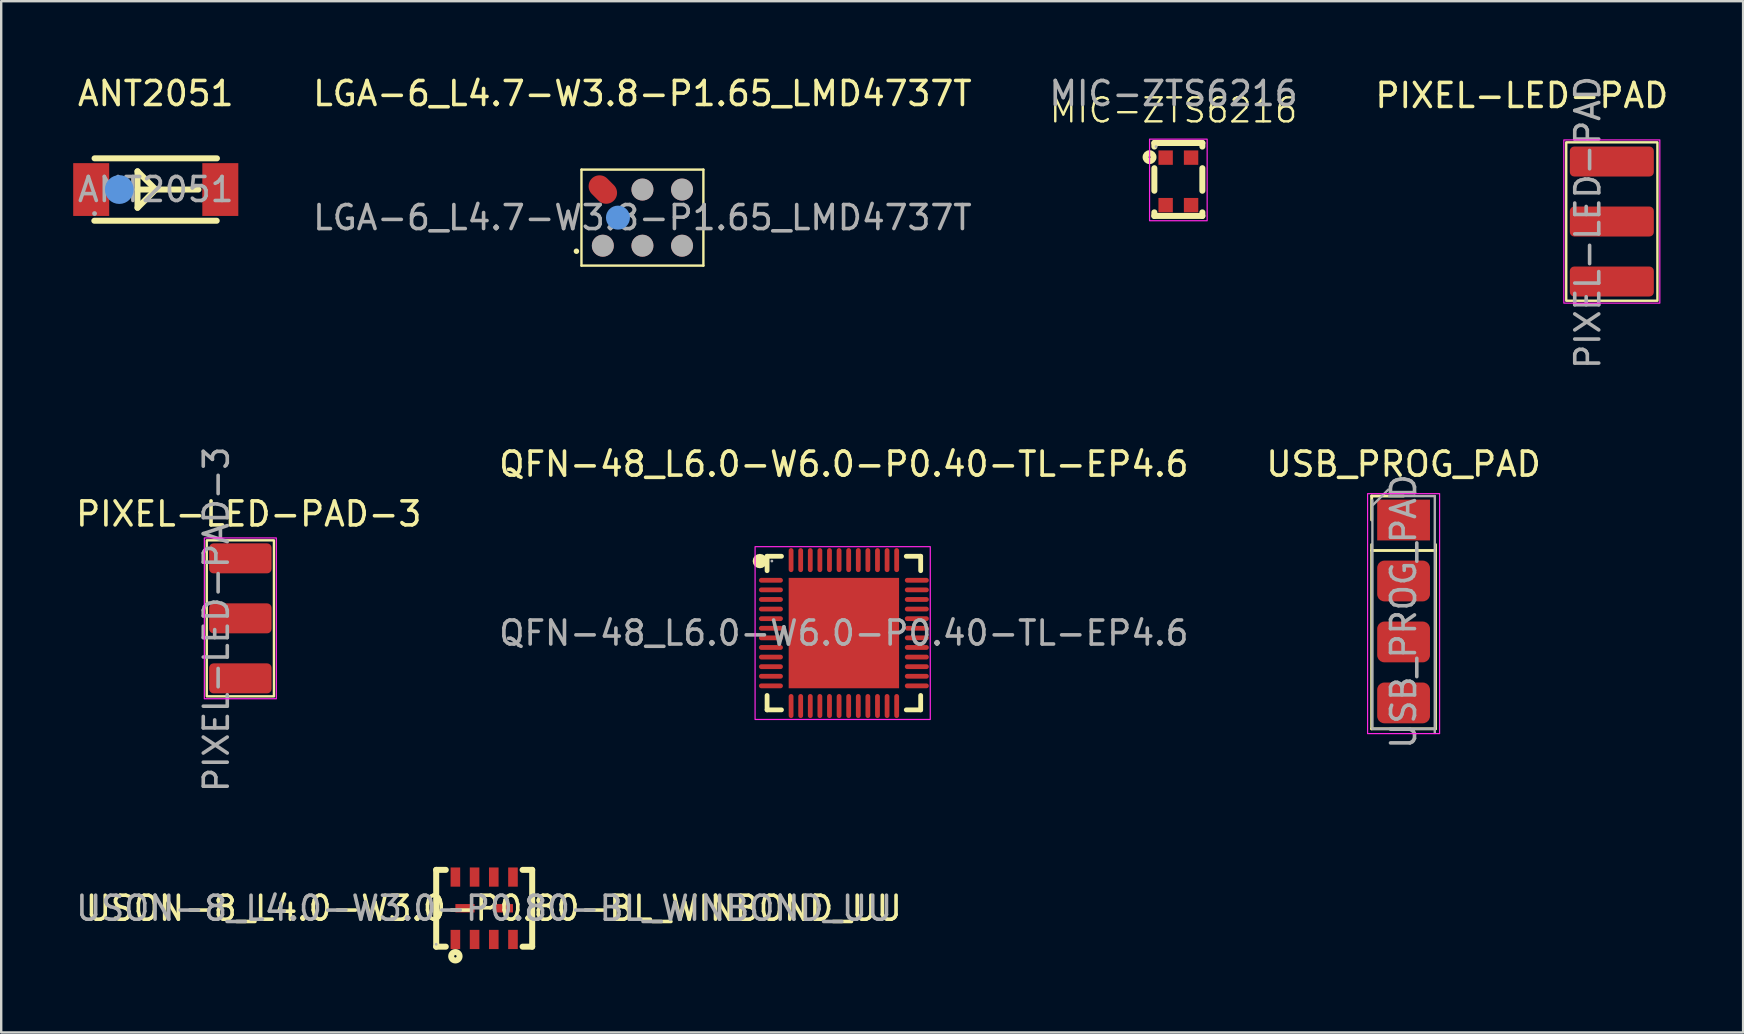
<source format=kicad_pcb>
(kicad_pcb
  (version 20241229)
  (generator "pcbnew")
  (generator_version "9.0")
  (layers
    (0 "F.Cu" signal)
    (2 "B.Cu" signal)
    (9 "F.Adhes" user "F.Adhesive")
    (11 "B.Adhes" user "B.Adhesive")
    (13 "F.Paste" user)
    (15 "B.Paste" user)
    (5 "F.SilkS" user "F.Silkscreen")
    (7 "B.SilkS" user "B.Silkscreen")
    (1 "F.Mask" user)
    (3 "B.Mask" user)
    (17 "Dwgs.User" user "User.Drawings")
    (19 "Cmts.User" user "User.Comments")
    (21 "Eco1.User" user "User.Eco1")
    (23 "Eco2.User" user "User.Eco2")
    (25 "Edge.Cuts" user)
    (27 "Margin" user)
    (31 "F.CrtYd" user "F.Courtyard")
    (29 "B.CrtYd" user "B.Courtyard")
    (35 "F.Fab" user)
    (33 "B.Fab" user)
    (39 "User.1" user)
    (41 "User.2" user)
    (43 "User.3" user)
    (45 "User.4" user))
  (footprint "PIXEL-LED-PAD-3"
    (layer "F.Cu")
    (at 5.965 20.216)
    (property "Reference" "PIXEL-LED-PAD-3" (at 1.35 -1.85 0) (layer "F.SilkS") (effects (font (size 1 1) (thickness 0.15))))
    (attr through_hole)
    (fp_rect (start -0.4 -0.75) (end 2.4 5.75) (stroke (width 0.1) (type default)) (fill no) (layer "F.SilkS"))
    (fp_rect (start -0.5 -0.85) (end 2.5 5.85) (stroke (width 0.05) (type default)) (fill no) (layer "F.CrtYd"))
    (fp_text user "${REFERENCE}" (at 0 2.54 90) (layer "F.Fab") (effects (font (size 1 1) (thickness 0.15))))
    (pad "1" smd roundrect (at 1 0) (size 2.6 1.25) (layers "F.Cu" "F.Mask" "F.Paste") (roundrect_rratio 0.147))
    (pad "2" smd roundrect (at 1 2.5) (size 2.6 1.25) (layers "F.Cu" "F.Mask" "F.Paste") (roundrect_rratio 0.147))
    (pad "3" smd roundrect (at 1 5) (size 2.6 1.25) (layers "F.Cu" "F.Mask" "F.Paste") (roundrect_rratio 0.147)))
  (footprint "LGA-6_L4.7-W3.8-P1.65_LMD4737T"
    (layer "F.Cu")
    (at 23.719 6.018)
    (property "Reference" "LGA-6_L4.7-W3.8-P1.65_LMD4737T" (at 0 -5.17 0) (layer "F.SilkS") (effects (font (size 1 1) (thickness 0.15))))
    (attr smd)
    (fp_line (start -2.54 -2) (end 2.54 -2) (stroke (width 0.1) (type solid)) (layer "F.SilkS"))
    (fp_line (start -2.54 2) (end -2.54 -2) (stroke (width 0.1) (type solid)) (layer "F.SilkS"))
    (fp_line (start -2.54 2) (end 2.54 2) (stroke (width 0.1) (type solid)) (layer "F.SilkS"))
    (fp_line (start 2.54 2) (end 2.54 -2) (stroke (width 0.1) (type solid)) (layer "F.SilkS"))
    (fp_circle (center -2.75 1.4) (end -2.69 1.4) (stroke (width 0.11) (type solid)) (fill no) (layer "F.SilkS"))
    (fp_circle (center -1.02 0) (end -0.77 0) (stroke (width 0.5) (type solid)) (fill no) (layer "Cmts.User"))
    (fp_circle (center -1.65 1.17) (end -1.42 1.17) (stroke (width 0.46) (type solid)) (fill no) (layer "F.Fab"))
    (fp_circle (center 0 -1.17) (end 0.23 -1.17) (stroke (width 0.46) (type solid)) (fill no) (layer "F.Fab"))
    (fp_circle (center 0 1.17) (end 0.23 1.17) (stroke (width 0.46) (type solid)) (fill no) (layer "F.Fab"))
    (fp_circle (center 1.65 -1.17) (end 1.88 -1.17) (stroke (width 0.46) (type solid)) (fill no) (layer "F.Fab"))
    (fp_circle (center 1.65 1.17) (end 1.88 1.17) (stroke (width 0.46) (type solid)) (fill no) (layer "F.Fab"))
    (fp_text user "${REFERENCE}" (at 0 0 0) (layer "F.Fab") (effects (font (size 1 1) (thickness 0.15))))
    (pad "1" smd circle (at -1.65 1.17 90) (size 0.91 0.91) (layers "F.Cu" "F.Mask" "F.Paste"))
    (pad "2" smd circle (at 0 1.17 90) (size 0.91 0.91) (layers "F.Cu" "F.Mask" "F.Paste"))
    (pad "3" smd circle (at 1.65 1.17 90) (size 0.91 0.91) (layers "F.Cu" "F.Mask" "F.Paste"))
    (pad "4" smd circle (at 1.65 -1.17 90) (size 0.91 0.91) (layers "F.Cu" "F.Mask" "F.Paste"))
    (pad "5" smd circle (at 0 -1.17 90) (size 0.91 0.91) (layers "F.Cu" "F.Mask" "F.Paste"))
    (pad "6" smd oval (at -1.65 -1.17 45) (size 0.91 1.3) (layers "F.Cu" "F.Mask" "F.Paste")))
  (footprint "QFN-48_L6.0-W6.0-P0.40-TL-EP4.6"
    (layer "F.Cu")
    (at 32.113 23.329)
    (property "Reference" "QFN-48_L6.0-W6.0-P0.40-TL-EP4.6" (at 0 -7.04 0) (layer "F.SilkS") (effects (font (size 1 1) (thickness 0.15))))
    (attr smd)
    (fp_line (start -3.2 -3.2) (end -2.6 -3.2) (stroke (width 0.2) (type solid)) (layer "F.SilkS"))
    (fp_line (start -3.2 -2.6) (end -3.2 -3.2) (stroke (width 0.2) (type solid)) (layer "F.SilkS"))
    (fp_line (start -3.2 3.2) (end -3.2 2.6) (stroke (width 0.2) (type solid)) (layer "F.SilkS"))
    (fp_line (start -2.6 3.2) (end -3.2 3.2) (stroke (width 0.2) (type solid)) (layer "F.SilkS"))
    (fp_line (start 2.6 -3.2) (end 3.2 -3.2) (stroke (width 0.2) (type solid)) (layer "F.SilkS"))
    (fp_line (start 2.6 3.2) (end 3.2 3.2) (stroke (width 0.2) (type solid)) (layer "F.SilkS"))
    (fp_line (start 3.2 -3.2) (end 3.2 -2.6) (stroke (width 0.2) (type solid)) (layer "F.SilkS"))
    (fp_line (start 3.2 3.2) (end 3.2 2.6) (stroke (width 0.2) (type solid)) (layer "F.SilkS"))
    (fp_arc (start -3.5 -3) (mid -3.5 -3) (end -3.5 -3) (stroke (width 0.3) (type solid)) (layer "F.SilkS"))
    (fp_rect (start -3.7 -3.6) (end 3.6 3.6) (stroke (width 0.05) (type default)) (fill no) (layer "F.CrtYd"))
    (fp_circle (center -3 -3) (end -2.97 -3) (stroke (width 0.06) (type solid)) (fill no) (layer "F.Fab"))
    (fp_text user "${REFERENCE}" (at 0 0 0) (layer "F.Fab") (effects (font (size 1 1) (thickness 0.15))))
    (pad "1" smd oval (at -3.04 -2.2) (size 1 0.2) (layers "F.Cu" "F.Mask" "F.Paste"))
    (pad "2" smd oval (at -3.04 -1.8) (size 1 0.2) (layers "F.Cu" "F.Mask" "F.Paste"))
    (pad "3" smd oval (at -3.04 -1.4) (size 1 0.2) (layers "F.Cu" "F.Mask" "F.Paste"))
    (pad "4" smd oval (at -3.04 -1) (size 1 0.2) (layers "F.Cu" "F.Mask" "F.Paste"))
    (pad "5" smd oval (at -3.04 -0.6) (size 1 0.2) (layers "F.Cu" "F.Mask" "F.Paste"))
    (pad "6" smd oval (at -3.04 -0.2) (size 1 0.2) (layers "F.Cu" "F.Mask" "F.Paste"))
    (pad "7" smd oval (at -3.04 0.2) (size 1 0.2) (layers "F.Cu" "F.Mask" "F.Paste"))
    (pad "8" smd oval (at -3.04 0.6) (size 1 0.2) (layers "F.Cu" "F.Mask" "F.Paste"))
    (pad "9" smd oval (at -3.04 1) (size 1 0.2) (layers "F.Cu" "F.Mask" "F.Paste"))
    (pad "10" smd oval (at -3.04 1.4) (size 1 0.2) (layers "F.Cu" "F.Mask" "F.Paste"))
    (pad "11" smd oval (at -3.04 1.8) (size 1 0.2) (layers "F.Cu" "F.Mask" "F.Paste"))
    (pad "12" smd oval (at -3.04 2.2) (size 1 0.2) (layers "F.Cu" "F.Mask" "F.Paste"))
    (pad "13" smd oval (at -2.2 3.04) (size 0.2 1) (layers "F.Cu" "F.Mask" "F.Paste"))
    (pad "14" smd oval (at -1.8 3.04) (size 0.2 1) (layers "F.Cu" "F.Mask" "F.Paste"))
    (pad "15" smd oval (at -1.4 3.04) (size 0.2 1) (layers "F.Cu" "F.Mask" "F.Paste"))
    (pad "16" smd oval (at -1 3.04) (size 0.2 1) (layers "F.Cu" "F.Mask" "F.Paste"))
    (pad "17" smd oval (at -0.6 3.04) (size 0.2 1) (layers "F.Cu" "F.Mask" "F.Paste"))
    (pad "18" smd oval (at -0.2 3.04) (size 0.2 1) (layers "F.Cu" "F.Mask" "F.Paste"))
    (pad "19" smd oval (at 0.2 3.04) (size 0.2 1) (layers "F.Cu" "F.Mask" "F.Paste"))
    (pad "20" smd oval (at 0.6 3.04) (size 0.2 1) (layers "F.Cu" "F.Mask" "F.Paste"))
    (pad "21" smd oval (at 1 3.04) (size 0.2 1) (layers "F.Cu" "F.Mask" "F.Paste"))
    (pad "22" smd oval (at 1.4 3.04) (size 0.2 1) (layers "F.Cu" "F.Mask" "F.Paste"))
    (pad "23" smd oval (at 1.8 3.04) (size 0.2 1) (layers "F.Cu" "F.Mask" "F.Paste"))
    (pad "24" smd oval (at 2.2 3.04) (size 0.2 1) (layers "F.Cu" "F.Mask" "F.Paste"))
    (pad "25" smd oval (at 3.04 2.2) (size 1 0.2) (layers "F.Cu" "F.Mask" "F.Paste"))
    (pad "26" smd oval (at 3.04 1.8) (size 1 0.2) (layers "F.Cu" "F.Mask" "F.Paste"))
    (pad "27" smd oval (at 3.04 1.4) (size 1 0.2) (layers "F.Cu" "F.Mask" "F.Paste"))
    (pad "28" smd oval (at 3.04 1) (size 1 0.2) (layers "F.Cu" "F.Mask" "F.Paste"))
    (pad "29" smd oval (at 3.04 0.6) (size 1 0.2) (layers "F.Cu" "F.Mask" "F.Paste"))
    (pad "30" smd oval (at 3.04 0.2) (size 1 0.2) (layers "F.Cu" "F.Mask" "F.Paste"))
    (pad "31" smd oval (at 3.04 -0.2) (size 1 0.2) (layers "F.Cu" "F.Mask" "F.Paste"))
    (pad "32" smd oval (at 3.04 -0.6) (size 1 0.2) (layers "F.Cu" "F.Mask" "F.Paste"))
    (pad "33" smd oval (at 3.04 -1) (size 1 0.2) (layers "F.Cu" "F.Mask" "F.Paste"))
    (pad "34" smd oval (at 3.04 -1.4) (size 1 0.2) (layers "F.Cu" "F.Mask" "F.Paste"))
    (pad "35" smd oval (at 3.04 -1.8) (size 1 0.2) (layers "F.Cu" "F.Mask" "F.Paste"))
    (pad "36" smd oval (at 3.04 -2.2) (size 1 0.2) (layers "F.Cu" "F.Mask" "F.Paste"))
    (pad "37" smd oval (at 2.2 -3.04) (size 0.2 1) (layers "F.Cu" "F.Mask" "F.Paste"))
    (pad "38" smd oval (at 1.8 -3.04) (size 0.2 1) (layers "F.Cu" "F.Mask" "F.Paste"))
    (pad "39" smd oval (at 1.4 -3.04) (size 0.2 1) (layers "F.Cu" "F.Mask" "F.Paste"))
    (pad "40" smd oval (at 1 -3.04) (size 0.2 1) (layers "F.Cu" "F.Mask" "F.Paste"))
    (pad "41" smd oval (at 0.6 -3.04) (size 0.2 1) (layers "F.Cu" "F.Mask" "F.Paste"))
    (pad "42" smd oval (at 0.2 -3.04) (size 0.2 1) (layers "F.Cu" "F.Mask" "F.Paste"))
    (pad "43" smd oval (at -0.2 -3.04) (size 0.2 1) (layers "F.Cu" "F.Mask" "F.Paste"))
    (pad "44" smd oval (at -0.6 -3.04) (size 0.2 1) (layers "F.Cu" "F.Mask" "F.Paste"))
    (pad "45" smd oval (at -1 -3.04) (size 0.2 1) (layers "F.Cu" "F.Mask" "F.Paste"))
    (pad "46" smd oval (at -1.4 -3.04) (size 0.2 1) (layers "F.Cu" "F.Mask" "F.Paste"))
    (pad "47" smd oval (at -1.8 -3.04) (size 0.2 1) (layers "F.Cu" "F.Mask" "F.Paste"))
    (pad "48" smd oval (at -2.2 -3.04) (size 0.2 1) (layers "F.Cu" "F.Mask" "F.Paste"))
    (pad "49" smd rect (at 0 0) (size 4.6 4.6) (layers "F.Cu" "F.Mask" "F.Paste")))
  (footprint "USON-8_L4.0-W3.0-P0.80-BL_WINBOND_UU"
    (layer "F.Cu")
    (at 17.125 34.796)
    (property "Reference" "USON-8_L4.0-W3.0-P0.80-BL_WINBOND_UU" (at 0.4 0 0) (layer "F.SilkS") (effects (font (size 1 1) (thickness 0.15))))
    (attr smd)
    (fp_line (start -2 -1.6) (end -2 1.6) (stroke (width 0.25) (type solid)) (layer "F.SilkS"))
    (fp_line (start -2 -1.6) (end -1.6 -1.6) (stroke (width 0.25) (type solid)) (layer "F.SilkS"))
    (fp_line (start -2 1.6) (end -1.6 1.6) (stroke (width 0.25) (type solid)) (layer "F.SilkS"))
    (fp_line (start 2 -1.6) (end 1.6 -1.6) (stroke (width 0.25) (type solid)) (layer "F.SilkS"))
    (fp_line (start 2 1.6) (end 1.6 1.6) (stroke (width 0.25) (type solid)) (layer "F.SilkS"))
    (fp_line (start 2 1.6) (end 2 -1.6) (stroke (width 0.25) (type solid)) (layer "F.SilkS"))
    (fp_circle (center -1.2 2) (end -1.15 2) (stroke (width 0.25) (type solid)) (fill no) (layer "F.SilkS"))
    (fp_circle (center -2 1.5) (end -1.97 1.5) (stroke (width 0.06) (type solid)) (fill no) (layer "F.Fab"))
    (fp_text user "${REFERENCE}" (at 0 0 0) (layer "F.Fab") (effects (font (size 1 1) (thickness 0.15))))
    (pad "1" smd rect (at -1.2 1.3) (size 0.4 0.8) (layers "F.Cu" "F.Mask" "F.Paste"))
    (pad "2" smd rect (at -0.4 1.3) (size 0.4 0.8) (layers "F.Cu" "F.Mask" "F.Paste"))
    (pad "3" smd rect (at 0.4 1.3) (size 0.4 0.8) (layers "F.Cu" "F.Mask" "F.Paste"))
    (pad "4" smd rect (at 1.2 1.3) (size 0.4 0.8) (layers "F.Cu" "F.Mask" "F.Paste"))
    (pad "5" smd rect (at 1.2 -1.3) (size 0.4 0.8) (layers "F.Cu" "F.Mask" "F.Paste"))
    (pad "6" smd rect (at 0.4 -1.3) (size 0.4 0.8) (layers "F.Cu" "F.Mask" "F.Paste"))
    (pad "7" smd rect (at -0.4 -1.3) (size 0.4 0.8) (layers "F.Cu" "F.Mask" "F.Paste"))
    (pad "8" smd rect (at -1.2 -1.3) (size 0.4 0.8) (layers "F.Cu" "F.Mask" "F.Paste"))
    (pad "9" smd rect (at -0.8 0 90) (size 0.35 0.8) (layers "F.Cu" "F.Mask" "F.Paste"))
    (pad "10" smd rect (at 0.8 0 90) (size 0.35 0.8) (layers "F.Cu" "F.Mask" "F.Paste")))
  (footprint "ANT2051"
    (layer "F.Cu")
    (at 3.44 4.848)
    (property "Reference" "ANT2051" (at 0 -4 0) (layer "F.SilkS") (effects (font (size 1 1) (thickness 0.15))))
    (attr smd)
    (fp_line (start -2.55 -1.3) (end 2.55 -1.3) (stroke (width 0.25) (type solid)) (layer "F.SilkS"))
    (fp_line (start -0.76 -0.76) (end -0.76 0.76) (stroke (width 0.25) (type solid)) (layer "F.SilkS"))
    (fp_line (start -0.76 0) (end 1.78 0) (stroke (width 0.25) (type solid)) (layer "F.SilkS"))
    (fp_line (start -0.76 0.76) (end 0 0) (stroke (width 0.25) (type solid)) (layer "F.SilkS"))
    (fp_line (start 0 0) (end -0.76 -0.76) (stroke (width 0.25) (type solid)) (layer "F.SilkS"))
    (fp_line (start 2.54 1.3) (end -2.56 1.3) (stroke (width 0.25) (type solid)) (layer "F.SilkS"))
    (fp_circle (center -1.52 0) (end -1.27 0) (stroke (width 0.25) (type solid)) (fill no) (layer "F.SilkS"))
    (fp_circle (center -1.52 0) (end -1.22 0) (stroke (width 0.6) (type solid)) (fill no) (layer "Cmts.User"))
    (fp_circle (center -2.55 1) (end -2.5 1) (stroke (width 0.1) (type solid)) (fill no) (layer "F.Fab"))
    (fp_text user "${REFERENCE}" (at 0 0 0) (layer "F.Fab") (effects (font (size 1 1) (thickness 0.15))))
    (pad "1" smd rect (at -2.69 0) (size 1.5 2.2) (layers "F.Cu" "F.Mask" "F.Paste"))
    (pad "2" smd rect (at 2.69 0) (size 1.5 2.2) (layers "F.Cu" "F.Mask" "F.Paste")))
  (footprint "MIC-ZTS6216"
    (layer "F.Cu")
    (at 45.95 4.748)
    (property "Reference" "MIC-ZTS6216" (at -0.1 -3.2 0) (unlocked yes) (layer "F.SilkS") (effects (font (size 1 1) (thickness 0.1))))
    (attr smd)
    (fp_line (start -0.9 -1.84) (end -0.9 -1.69) (stroke (width 0.25) (type solid)) (layer "F.SilkS"))
    (fp_line (start -0.9 -1.84) (end 1.1 -1.84) (stroke (width 0.25) (type solid)) (layer "F.SilkS"))
    (fp_line (start -0.9 -0.79) (end -0.9 0.15) (stroke (width 0.25) (type solid)) (layer "F.SilkS"))
    (fp_line (start -0.9 1.05) (end -0.9 1.2) (stroke (width 0.25) (type solid)) (layer "F.SilkS"))
    (fp_line (start -0.9 1.2) (end 1.1 1.2) (stroke (width 0.25) (type solid)) (layer "F.SilkS"))
    (fp_line (start 1.1 -1.84) (end 1.1 -1.69) (stroke (width 0.25) (type solid)) (layer "F.SilkS"))
    (fp_line (start 1.1 -0.79) (end 1.1 0.15) (stroke (width 0.25) (type solid)) (layer "F.SilkS"))
    (fp_line (start 1.1 1.05) (end 1.1 1.2) (stroke (width 0.25) (type solid)) (layer "F.SilkS"))
    (fp_circle (center -1.1 -1.25) (end -1.06 -1.25) (stroke (width 0.25) (type solid)) (fill no) (layer "F.SilkS"))
    (fp_rect (start -1.1 -2) (end 1.3 1.4) (stroke (width 0.05) (type default)) (fill no) (layer "F.CrtYd"))
    (fp_circle (center -0.83 -1.69) (end -0.8 -1.69) (stroke (width 0.06) (type solid)) (fill no) (layer "F.Fab"))
    (fp_text user "${REFERENCE}" (at -0.1 -3.9 0) (unlocked yes) (layer "F.Fab") (effects (font (size 1 1) (thickness 0.15))))
    (pad "1" smd rect (at -0.43 -1.23) (size 0.6 0.6) (layers "F.Cu" "F.Mask" "F.Paste"))
    (pad "2" smd rect (at -0.43 0.75) (size 0.6 0.6) (layers "F.Cu" "F.Mask" "F.Paste"))
    (pad "3" smd rect (at 0.63 0.75) (size 0.6 0.6) (layers "F.Cu" "F.Mask" "F.Paste"))
    (pad "4" smd rect (at 0.63 -1.23) (size 0.6 0.6) (layers "F.Cu" "F.Mask" "F.Paste")))
  (footprint "USB_PROG_PAD"
    (layer "F.Cu")
    (at 55.435 18.619)
    (property "Reference" "USB_PROG_PAD" (at 0 -2.33 0) (layer "F.SilkS") (effects (font (size 1 1) (thickness 0.15))))
    (attr through_hole)
    (fp_line (start -1.33 -1) (end 0 -1) (stroke (width 0.12) (type solid)) (layer "F.SilkS"))
    (fp_line (start -1.33 0) (end -1.33 -1) (stroke (width 0.12) (type solid)) (layer "F.SilkS"))
    (fp_line (start -1.33 1.02) (end -1.33 8.7) (stroke (width 0.12) (type solid)) (layer "F.SilkS"))
    (fp_line (start -1.33 1.27) (end 1.33 1.27) (stroke (width 0.12) (type solid)) (layer "F.SilkS"))
    (fp_line (start -1.33 8.7) (end 1.33 8.7) (stroke (width 0.12) (type solid)) (layer "F.SilkS"))
    (fp_line (start 1.33 1.02) (end 1.33 8.7) (stroke (width 0.12) (type solid)) (layer "F.SilkS"))
    (fp_rect (start -1.5 -1.1) (end 1.5 8.9) (stroke (width 0.05) (type default)) (fill no) (layer "F.CrtYd"))
    (fp_line (start -1.3 8.7) (end -1.3 -0.825) (stroke (width 0.1) (type solid)) (layer "F.Fab"))
    (fp_line (start -1.27 -0.635) (end -0.635 -1.27) (stroke (width 0.1) (type solid)) (layer "F.Fab"))
    (fp_line (start -0.605 -1) (end 1.3 -1) (stroke (width 0.1) (type solid)) (layer "F.Fab"))
    (fp_line (start 1.27 8.7) (end -1.27 8.7) (stroke (width 0.1) (type solid)) (layer "F.Fab"))
    (fp_line (start 1.3 -1) (end 1.3 8.87) (stroke (width 0.1) (type solid)) (layer "F.Fab"))
    (fp_text user "${REFERENCE}" (at 0 3.81 90) (layer "F.Fab") (effects (font (size 1 1) (thickness 0.15))))
    (pad "1" smd rect (at 0 0) (size 2.2 1.7) (layers "F.Cu" "F.Mask" "F.Paste"))
    (pad "2" smd roundrect (at 0 2.54) (size 2.2 1.7) (layers "F.Cu" "F.Mask" "F.Paste") (roundrect_rratio 0.176))
    (pad "3" smd roundrect (at 0 5.08) (size 2.2 1.7) (layers "F.Cu" "F.Mask" "F.Paste") (roundrect_rratio 0.176))
    (pad "4" smd roundrect (at 0 7.62) (size 2.2 1.7) (layers "F.Cu" "F.Mask" "F.Paste") (roundrect_rratio 0.176)))
  (footprint "PIXEL-LED-PAD"
    (layer "F.Cu")
    (at 63.112 3.68)
    (property "Reference" "PIXEL-LED-PAD" (at -2.75 -2.75 0) (layer "F.SilkS") (effects (font (size 1 1) (thickness 0.15))))
    (attr through_hole)
    (fp_rect (start -0.9 -0.8) (end 2.9 5.8) (stroke (width 0.1) (type default)) (fill no) (layer "F.SilkS"))
    (fp_rect (start -1 -0.9) (end 3 5.9) (stroke (width 0.05) (type default)) (fill no) (layer "F.CrtYd"))
    (fp_text user "${REFERENCE}" (at 0 2.54 90) (layer "F.Fab") (effects (font (size 1 1) (thickness 0.15))))
    (pad "1" smd roundrect (at 1 0) (size 3.5 1.25) (layers "F.Cu" "F.Mask" "F.Paste") (roundrect_rratio 0.147))
    (pad "2" smd roundrect (at 1 2.5) (size 3.5 1.25) (layers "F.Cu" "F.Mask" "F.Paste") (roundrect_rratio 0.147))
    (pad "3" smd roundrect (at 1 5) (size 3.5 1.25) (layers "F.Cu" "F.Mask" "F.Paste") (roundrect_rratio 0.147)))
  (gr_rect
    (start -3 -3)
    (end 69.582 39.971)
    (stroke (width 0.1) (type default))
    (fill no)
    (layer "Edge.Cuts")))
</source>
